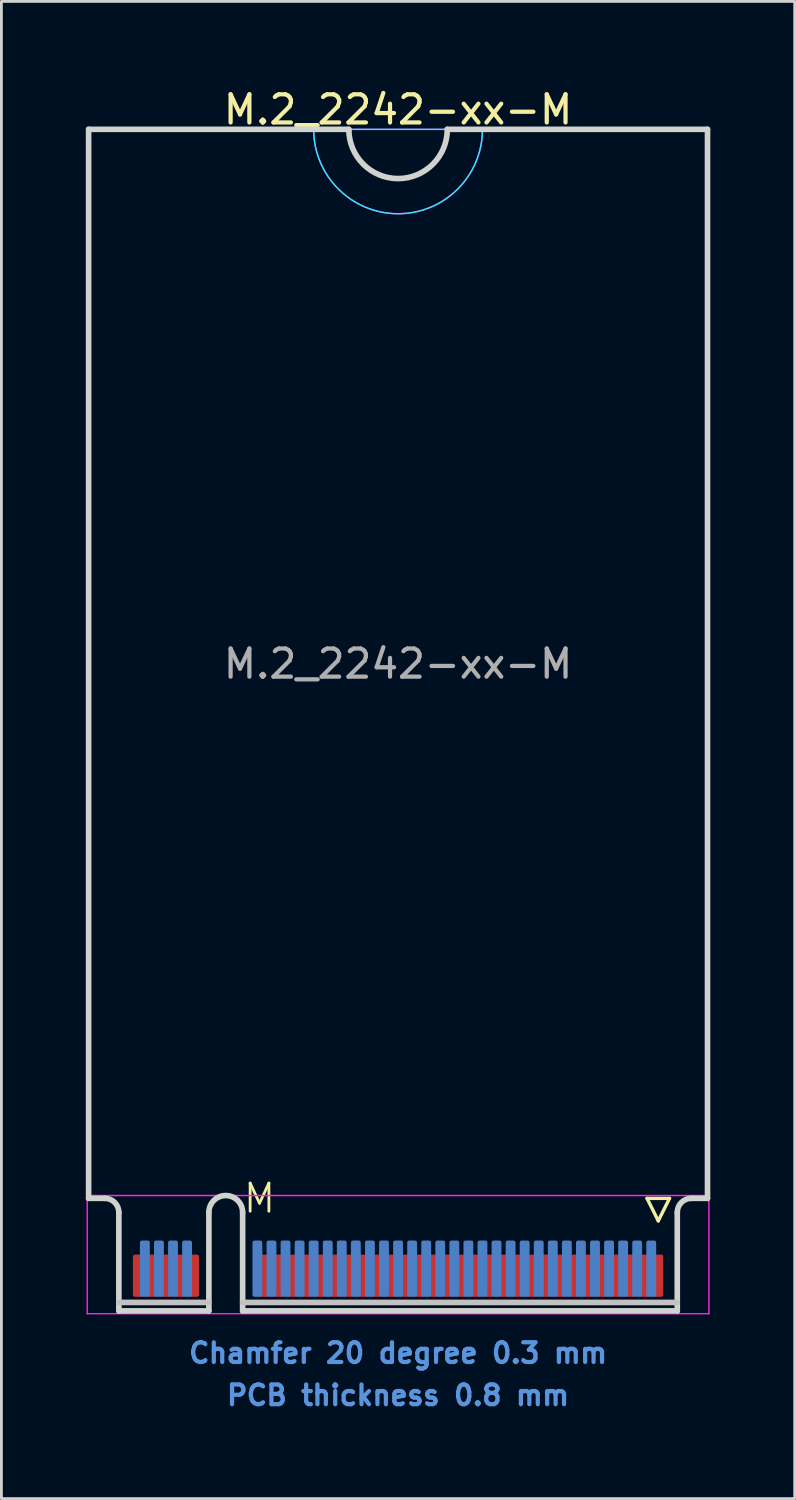
<source format=kicad_pcb>
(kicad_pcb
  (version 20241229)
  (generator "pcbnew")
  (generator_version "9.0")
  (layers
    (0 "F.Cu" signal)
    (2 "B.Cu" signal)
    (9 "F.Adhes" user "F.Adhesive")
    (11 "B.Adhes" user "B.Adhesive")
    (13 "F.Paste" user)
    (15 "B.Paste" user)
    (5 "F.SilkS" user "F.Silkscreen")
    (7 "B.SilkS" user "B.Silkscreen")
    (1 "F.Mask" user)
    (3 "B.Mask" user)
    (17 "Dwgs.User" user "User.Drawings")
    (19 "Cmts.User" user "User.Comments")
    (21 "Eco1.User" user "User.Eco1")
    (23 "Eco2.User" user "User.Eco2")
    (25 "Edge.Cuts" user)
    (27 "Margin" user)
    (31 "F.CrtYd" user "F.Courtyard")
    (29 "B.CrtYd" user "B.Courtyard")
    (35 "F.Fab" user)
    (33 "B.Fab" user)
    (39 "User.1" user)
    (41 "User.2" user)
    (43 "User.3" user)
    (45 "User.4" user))
  (footprint "M.2_2242-xx-M"
    (layer "F.Cu")
    (at 11.1 39.548)
    (property "Reference" "M.2_2242-xx-M" (at 0 -38.7 0) (layer "F.SilkS") (effects (font (size 1 1) (thickness 0.15))))
    (attr exclude_from_pos_files exclude_from_bom)
    (fp_line (start 8.85 0) (end 9.65 0) (stroke (width 0.12) (type solid)) (layer "F.SilkS"))
    (fp_line (start 9.25 0.8) (end 8.85 0) (stroke (width 0.12) (type solid)) (layer "F.SilkS"))
    (fp_line (start 9.65 0) (end 9.25 0.8) (stroke (width 0.12) (type solid)) (layer "F.SilkS"))
    (fp_line (start -9.925 3.7) (end -6.725 3.7) (stroke (width 0.2) (type solid)) (layer "Dwgs.User"))
    (fp_line (start 9.925 3.7) (end -5.525 3.7) (stroke (width 0.2) (type solid)) (layer "Dwgs.User"))
    (fp_line (start -11 -38) (end -11 0) (stroke (width 0.2) (type solid)) (layer "Edge.Cuts"))
    (fp_line (start -11 0) (end -10.425 0) (stroke (width 0.2) (type solid)) (layer "Edge.Cuts"))
    (fp_line (start -9.925 0.5) (end -9.925 4) (stroke (width 0.2) (type solid)) (layer "Edge.Cuts"))
    (fp_line (start -9.925 4) (end -6.725 4) (stroke (width 0.2) (type solid)) (layer "Edge.Cuts"))
    (fp_line (start -6.725 4) (end -6.725 0.5) (stroke (width 0.2) (type solid)) (layer "Edge.Cuts"))
    (fp_line (start -5.525 0.5) (end -5.525 4) (stroke (width 0.2) (type solid)) (layer "Edge.Cuts"))
    (fp_line (start -5.525 4) (end 9.925 4) (stroke (width 0.2) (type solid)) (layer "Edge.Cuts"))
    (fp_line (start -1.75 -38) (end -11 -38) (stroke (width 0.2) (type solid)) (layer "Edge.Cuts"))
    (fp_line (start 9.925 4) (end 9.925 0.5) (stroke (width 0.2) (type solid)) (layer "Edge.Cuts"))
    (fp_line (start 10.425 0) (end 11 0) (stroke (width 0.2) (type solid)) (layer "Edge.Cuts"))
    (fp_line (start 11 -38) (end 1.75 -38) (stroke (width 0.2) (type solid)) (layer "Edge.Cuts"))
    (fp_line (start 11 0) (end 11 -38) (stroke (width 0.2) (type solid)) (layer "Edge.Cuts"))
    (fp_arc (start -10.425 0) (mid -10.071447 0.146447) (end -9.925 0.5) (stroke (width 0.2) (type solid)) (layer "Edge.Cuts"))
    (fp_arc (start -6.725 0.5) (mid -6.125 -0.1) (end -5.525 0.5) (stroke (width 0.2) (type solid)) (layer "Edge.Cuts"))
    (fp_arc (start 1.75 -38) (mid 0 -36.25) (end -1.75 -38) (stroke (width 0.2) (type solid)) (layer "Edge.Cuts"))
    (fp_arc (start 9.925 0.5) (mid 10.071447 0.146447) (end 10.425 0) (stroke (width 0.2) (type solid)) (layer "Edge.Cuts"))
    (fp_line (start -3 -38) (end 3 -38) (stroke (width 0.05) (type solid)) (layer "B.CrtYd"))
    (fp_arc (start 3 -38) (mid 0 -35) (end -3 -38) (stroke (width 0.05) (type solid)) (layer "B.CrtYd"))
    (fp_line (start -11.05 -0.1) (end -11.05 4.1) (stroke (width 0.05) (type solid)) (layer "F.CrtYd"))
    (fp_line (start -11.05 4.1) (end 11.05 4.1) (stroke (width 0.05) (type solid)) (layer "F.CrtYd"))
    (fp_line (start -3 -38) (end 3 -38) (stroke (width 0.05) (type solid)) (layer "F.CrtYd"))
    (fp_line (start 11.05 -0.1) (end -11.05 -0.1) (stroke (width 0.05) (type solid)) (layer "F.CrtYd"))
    (fp_line (start 11.05 4.1) (end 11.05 -0.1) (stroke (width 0.05) (type solid)) (layer "F.CrtYd"))
    (fp_arc (start 3 -38) (mid 0 -35) (end -3 -38) (stroke (width 0.05) (type solid)) (layer "F.CrtYd"))
    (fp_text user "M" (at -4.925 0 0) (layer "F.SilkS") (effects (font (size 1 1) (thickness 0.1))))
    (fp_text user "Chamfer 20 degree 0.3 mm" (at 0 5.5 0) (layer "Cmts.User") (effects (font (size 0.7 0.7) (thickness 0.15))))
    (fp_text user "PCB thickness 0.8 mm" (at 0 7 0) (layer "Cmts.User") (effects (font (size 0.7 0.7) (thickness 0.15))))
    (fp_text user "${REFERENCE}" (at 0 -19 0) (layer "F.Fab") (effects (font (size 1 1) (thickness 0.15))))
    (pad "1" connect roundrect (at 9.25 2.75) (size 0.35 1.5) (layers "F.Cu" "F.Mask") (roundrect_rratio 0.2))
    (pad "2" connect roundrect (at 9 2.5) (size 0.35 2) (layers "B.Cu" "B.Mask") (roundrect_rratio 0.2))
    (pad "3" connect roundrect (at 8.75 2.75) (size 0.35 1.5) (layers "F.Cu" "F.Mask") (roundrect_rratio 0.2))
    (pad "4" connect roundrect (at 8.5 2.5) (size 0.35 2) (layers "B.Cu" "B.Mask") (roundrect_rratio 0.2))
    (pad "5" connect roundrect (at 8.25 2.75) (size 0.35 1.5) (layers "F.Cu" "F.Mask") (roundrect_rratio 0.2))
    (pad "6" connect roundrect (at 8 2.5) (size 0.35 2) (layers "B.Cu" "B.Mask") (roundrect_rratio 0.2))
    (pad "7" connect roundrect (at 7.75 2.75) (size 0.35 1.5) (layers "F.Cu" "F.Mask") (roundrect_rratio 0.2))
    (pad "8" connect roundrect (at 7.5 2.5) (size 0.35 2) (layers "B.Cu" "B.Mask") (roundrect_rratio 0.2))
    (pad "9" connect roundrect (at 7.25 2.75) (size 0.35 1.5) (layers "F.Cu" "F.Mask") (roundrect_rratio 0.2))
    (pad "10" connect roundrect (at 7 2.5) (size 0.35 2) (layers "B.Cu" "B.Mask") (roundrect_rratio 0.2))
    (pad "11" connect roundrect (at 6.75 2.75) (size 0.35 1.5) (layers "F.Cu" "F.Mask") (roundrect_rratio 0.2))
    (pad "12" connect roundrect (at 6.5 2.5) (size 0.35 2) (layers "B.Cu" "B.Mask") (roundrect_rratio 0.2))
    (pad "13" connect roundrect (at 6.25 2.75) (size 0.35 1.5) (layers "F.Cu" "F.Mask") (roundrect_rratio 0.2))
    (pad "14" connect roundrect (at 6 2.5) (size 0.35 2) (layers "B.Cu" "B.Mask") (roundrect_rratio 0.2))
    (pad "15" connect roundrect (at 5.75 2.75) (size 0.35 1.5) (layers "F.Cu" "F.Mask") (roundrect_rratio 0.2))
    (pad "16" connect roundrect (at 5.5 2.5) (size 0.35 2) (layers "B.Cu" "B.Mask") (roundrect_rratio 0.2))
    (pad "17" connect roundrect (at 5.25 2.75) (size 0.35 1.5) (layers "F.Cu" "F.Mask") (roundrect_rratio 0.2))
    (pad "18" connect roundrect (at 5 2.5) (size 0.35 2) (layers "B.Cu" "B.Mask") (roundrect_rratio 0.2))
    (pad "19" connect roundrect (at 4.75 2.75) (size 0.35 1.5) (layers "F.Cu" "F.Mask") (roundrect_rratio 0.2))
    (pad "20" connect roundrect (at 4.5 2.5) (size 0.35 2) (layers "B.Cu" "B.Mask") (roundrect_rratio 0.2))
    (pad "21" connect roundrect (at 4.25 2.75) (size 0.35 1.5) (layers "F.Cu" "F.Mask") (roundrect_rratio 0.2))
    (pad "22" connect roundrect (at 4 2.5) (size 0.35 2) (layers "B.Cu" "B.Mask") (roundrect_rratio 0.2))
    (pad "23" connect roundrect (at 3.75 2.75) (size 0.35 1.5) (layers "F.Cu" "F.Mask") (roundrect_rratio 0.2))
    (pad "24" connect roundrect (at 3.5 2.5) (size 0.35 2) (layers "B.Cu" "B.Mask") (roundrect_rratio 0.2))
    (pad "25" connect roundrect (at 3.25 2.75) (size 0.35 1.5) (layers "F.Cu" "F.Mask") (roundrect_rratio 0.2))
    (pad "26" connect roundrect (at 3 2.5) (size 0.35 2) (layers "B.Cu" "B.Mask") (roundrect_rratio 0.2))
    (pad "27" connect roundrect (at 2.75 2.75) (size 0.35 1.5) (layers "F.Cu" "F.Mask") (roundrect_rratio 0.2))
    (pad "28" connect roundrect (at 2.5 2.5) (size 0.35 2) (layers "B.Cu" "B.Mask") (roundrect_rratio 0.2))
    (pad "29" connect roundrect (at 2.25 2.75) (size 0.35 1.5) (layers "F.Cu" "F.Mask") (roundrect_rratio 0.2))
    (pad "30" connect roundrect (at 2 2.5) (size 0.35 2) (layers "B.Cu" "B.Mask") (roundrect_rratio 0.2))
    (pad "31" connect roundrect (at 1.75 2.75) (size 0.35 1.5) (layers "F.Cu" "F.Mask") (roundrect_rratio 0.2))
    (pad "32" connect roundrect (at 1.5 2.5) (size 0.35 2) (layers "B.Cu" "B.Mask") (roundrect_rratio 0.2))
    (pad "33" connect roundrect (at 1.25 2.75) (size 0.35 1.5) (layers "F.Cu" "F.Mask") (roundrect_rratio 0.2))
    (pad "34" connect roundrect (at 1 2.5) (size 0.35 2) (layers "B.Cu" "B.Mask") (roundrect_rratio 0.2))
    (pad "35" connect roundrect (at 0.75 2.75) (size 0.35 1.5) (layers "F.Cu" "F.Mask") (roundrect_rratio 0.2))
    (pad "36" connect roundrect (at 0.5 2.5) (size 0.35 2) (layers "B.Cu" "B.Mask") (roundrect_rratio 0.2))
    (pad "37" connect roundrect (at 0.25 2.75) (size 0.35 1.5) (layers "F.Cu" "F.Mask") (roundrect_rratio 0.2))
    (pad "38" connect roundrect (at 0 2.5) (size 0.35 2) (layers "B.Cu" "B.Mask") (roundrect_rratio 0.2))
    (pad "39" connect roundrect (at -0.25 2.75) (size 0.35 1.5) (layers "F.Cu" "F.Mask") (roundrect_rratio 0.2))
    (pad "40" connect roundrect (at -0.5 2.5) (size 0.35 2) (layers "B.Cu" "B.Mask") (roundrect_rratio 0.2))
    (pad "41" connect roundrect (at -0.75 2.75) (size 0.35 1.5) (layers "F.Cu" "F.Mask") (roundrect_rratio 0.2))
    (pad "42" connect roundrect (at -1 2.5) (size 0.35 2) (layers "B.Cu" "B.Mask") (roundrect_rratio 0.2))
    (pad "43" connect roundrect (at -1.25 2.75) (size 0.35 1.5) (layers "F.Cu" "F.Mask") (roundrect_rratio 0.2))
    (pad "44" connect roundrect (at -1.5 2.5) (size 0.35 2) (layers "B.Cu" "B.Mask") (roundrect_rratio 0.2))
    (pad "45" connect roundrect (at -1.75 2.75) (size 0.35 1.5) (layers "F.Cu" "F.Mask") (roundrect_rratio 0.2))
    (pad "46" connect roundrect (at -2 2.5) (size 0.35 2) (layers "B.Cu" "B.Mask") (roundrect_rratio 0.2))
    (pad "47" connect roundrect (at -2.25 2.75) (size 0.35 1.5) (layers "F.Cu" "F.Mask") (roundrect_rratio 0.2))
    (pad "48" connect roundrect (at -2.5 2.5) (size 0.35 2) (layers "B.Cu" "B.Mask") (roundrect_rratio 0.2))
    (pad "49" connect roundrect (at -2.75 2.75) (size 0.35 1.5) (layers "F.Cu" "F.Mask") (roundrect_rratio 0.2))
    (pad "50" connect roundrect (at -3 2.5) (size 0.35 2) (layers "B.Cu" "B.Mask") (roundrect_rratio 0.2))
    (pad "51" connect roundrect (at -3.25 2.75) (size 0.35 1.5) (layers "F.Cu" "F.Mask") (roundrect_rratio 0.2))
    (pad "52" connect roundrect (at -3.5 2.5) (size 0.35 2) (layers "B.Cu" "B.Mask") (roundrect_rratio 0.2))
    (pad "53" connect roundrect (at -3.75 2.75) (size 0.35 1.5) (layers "F.Cu" "F.Mask") (roundrect_rratio 0.2))
    (pad "54" connect roundrect (at -4 2.5) (size 0.35 2) (layers "B.Cu" "B.Mask") (roundrect_rratio 0.2))
    (pad "55" connect roundrect (at -4.25 2.75) (size 0.35 1.5) (layers "F.Cu" "F.Mask") (roundrect_rratio 0.2))
    (pad "56" connect roundrect (at -4.5 2.5) (size 0.35 2) (layers "B.Cu" "B.Mask") (roundrect_rratio 0.2))
    (pad "57" connect roundrect (at -4.75 2.75) (size 0.35 1.5) (layers "F.Cu" "F.Mask") (roundrect_rratio 0.2))
    (pad "58" connect roundrect (at -5 2.5) (size 0.35 2) (layers "B.Cu" "B.Mask") (roundrect_rratio 0.2))
    (pad "67" connect roundrect (at -7.25 2.75) (size 0.35 1.5) (layers "F.Cu" "F.Mask") (roundrect_rratio 0.2))
    (pad "68" connect roundrect (at -7.5 2.5) (size 0.35 2) (layers "B.Cu" "B.Mask") (roundrect_rratio 0.2))
    (pad "69" connect roundrect (at -7.75 2.75) (size 0.35 1.5) (layers "F.Cu" "F.Mask") (roundrect_rratio 0.2))
    (pad "70" connect roundrect (at -8 2.5) (size 0.35 2) (layers "B.Cu" "B.Mask") (roundrect_rratio 0.2))
    (pad "71" connect roundrect (at -8.25 2.75) (size 0.35 1.5) (layers "F.Cu" "F.Mask") (roundrect_rratio 0.2))
    (pad "72" connect roundrect (at -8.5 2.5) (size 0.35 2) (layers "B.Cu" "B.Mask") (roundrect_rratio 0.2))
    (pad "73" connect roundrect (at -8.75 2.75) (size 0.35 1.5) (layers "F.Cu" "F.Mask") (roundrect_rratio 0.2))
    (pad "74" connect roundrect (at -9 2.5) (size 0.35 2) (layers "B.Cu" "B.Mask") (roundrect_rratio 0.2))
    (pad "75" connect roundrect (at -9.25 2.75) (size 0.35 1.5) (layers "F.Cu" "F.Mask") (roundrect_rratio 0.2)))
  (gr_rect
    (start -3 -3)
    (end 25.2 50.221)
    (stroke (width 0.1) (type default))
    (fill no)
    (layer "Edge.Cuts")))
</source>
